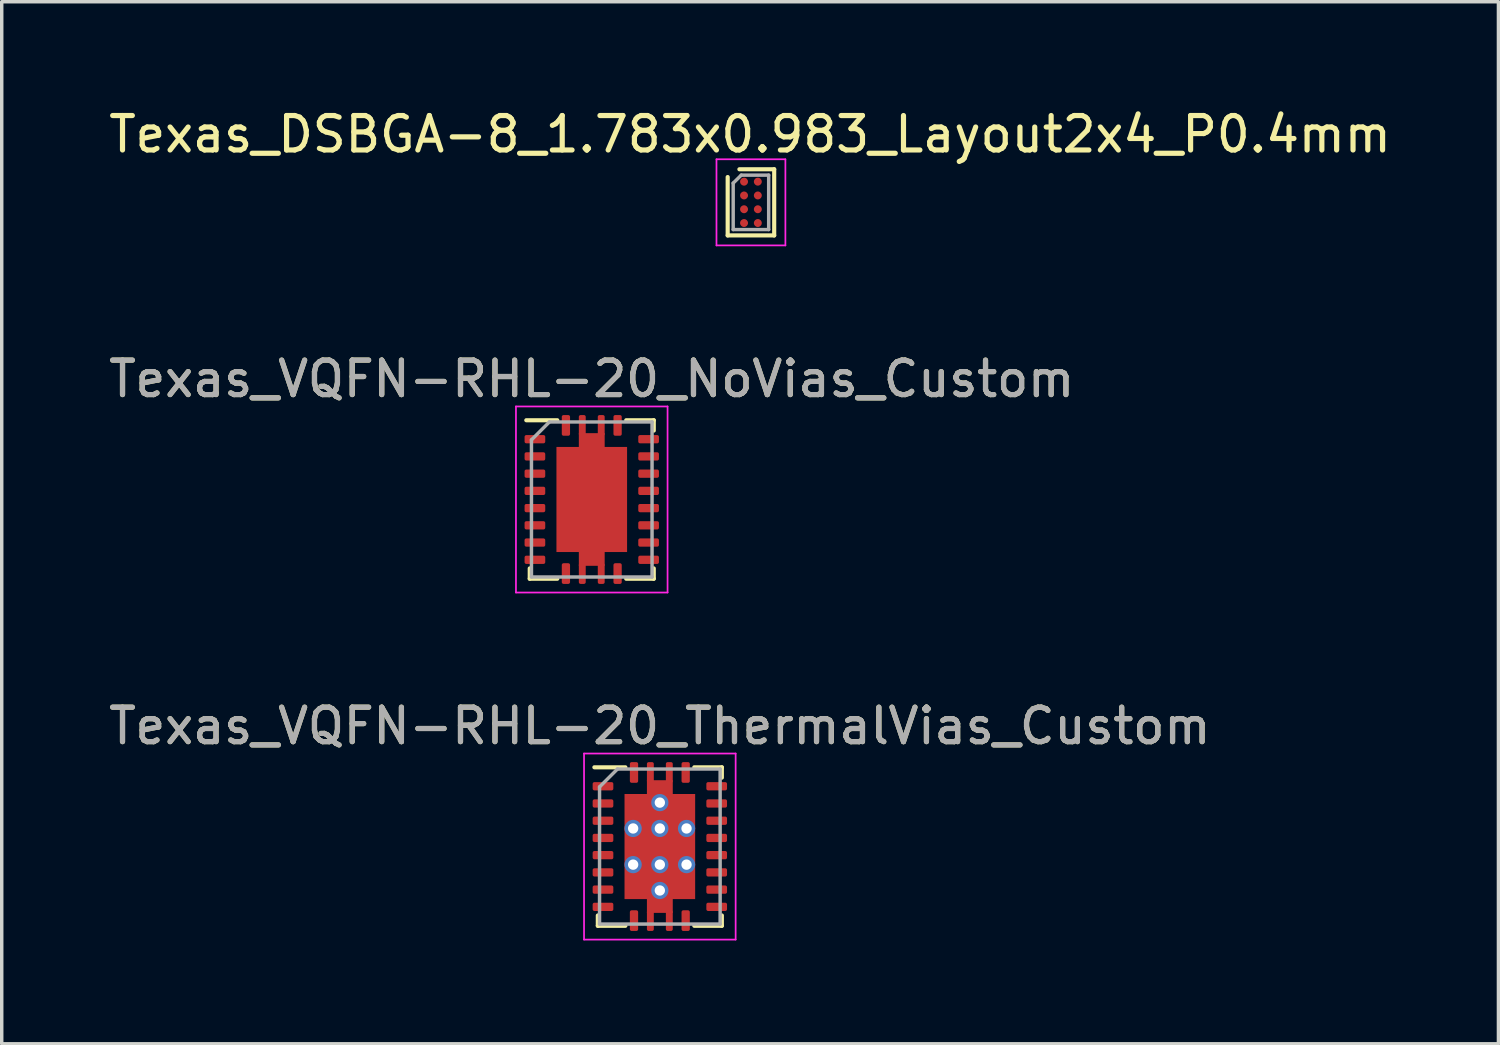
<source format=kicad_pcb>
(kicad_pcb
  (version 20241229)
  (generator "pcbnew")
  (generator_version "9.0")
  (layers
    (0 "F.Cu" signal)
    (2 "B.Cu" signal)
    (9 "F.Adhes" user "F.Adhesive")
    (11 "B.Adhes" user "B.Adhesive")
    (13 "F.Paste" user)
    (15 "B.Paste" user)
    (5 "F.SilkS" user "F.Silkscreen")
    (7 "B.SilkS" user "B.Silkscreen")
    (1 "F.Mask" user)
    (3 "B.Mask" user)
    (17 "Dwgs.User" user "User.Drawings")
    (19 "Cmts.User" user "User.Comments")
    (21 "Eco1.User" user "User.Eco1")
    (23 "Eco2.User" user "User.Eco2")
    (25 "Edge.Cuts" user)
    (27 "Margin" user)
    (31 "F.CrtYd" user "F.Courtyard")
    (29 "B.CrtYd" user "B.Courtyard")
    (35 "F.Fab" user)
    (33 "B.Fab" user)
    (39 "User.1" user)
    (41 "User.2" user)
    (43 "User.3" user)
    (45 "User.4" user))
  (footprint "Texas_DSBGA-8_1.783x0.983_Layout2x4_P0.4mm"
    (layer "F.Cu")
    (at 18.745 2.823)
    (property "Reference" "Texas_DSBGA-8_1.783x0.983_Layout2x4_P0.4mm" (at -0.025 -1.975 0) (layer "F.SilkS") (effects (font (size 1 1) (thickness 0.15))))
    (attr smd)
    (fp_line (start -0.675 0.96) (end -0.675 -0.735) (stroke (width 0.12) (type solid)) (layer "F.SilkS"))
    (fp_line (start -0.335 -0.96) (end 0.675 -0.96) (stroke (width 0.12) (type solid)) (layer "F.SilkS"))
    (fp_line (start 0.675 -0.96) (end 0.675 0.96) (stroke (width 0.12) (type solid)) (layer "F.SilkS"))
    (fp_line (start 0.675 0.96) (end -0.675 0.96) (stroke (width 0.12) (type solid)) (layer "F.SilkS"))
    (fp_line (start -1 -1.25) (end -1 1.25) (stroke (width 0.05) (type solid)) (layer "F.CrtYd"))
    (fp_line (start -1 1.25) (end 1 1.25) (stroke (width 0.05) (type solid)) (layer "F.CrtYd"))
    (fp_line (start 1 -1.25) (end -1 -1.25) (stroke (width 0.05) (type solid)) (layer "F.CrtYd"))
    (fp_line (start 1 1.25) (end 1 -1.25) (stroke (width 0.05) (type solid)) (layer "F.CrtYd"))
    (fp_line (start -0.515 -0.558) (end -0.28 -0.79) (stroke (width 0.1) (type solid)) (layer "F.Fab"))
    (fp_line (start -0.515 0.79) (end -0.515 -0.558) (stroke (width 0.1) (type solid)) (layer "F.Fab"))
    (fp_line (start -0.28 -0.79) (end 0.515 -0.79) (stroke (width 0.1) (type solid)) (layer "F.Fab"))
    (fp_line (start 0.515 -0.79) (end 0.515 0.79) (stroke (width 0.1) (type solid)) (layer "F.Fab"))
    (fp_line (start 0.515 0.79) (end -0.515 0.79) (stroke (width 0.1) (type solid)) (layer "F.Fab"))
    (pad "" smd roundrect (at -0.2 -0.6) (size 0.25 0.25) (layers "F.Paste") (roundrect_rratio 0.217))
    (pad "" smd roundrect (at -0.2 -0.2) (size 0.25 0.25) (layers "F.Paste") (roundrect_rratio 0.217))
    (pad "" smd roundrect (at -0.2 0.2) (size 0.25 0.25) (layers "F.Paste") (roundrect_rratio 0.217))
    (pad "" smd roundrect (at -0.2 0.6) (size 0.25 0.25) (layers "F.Paste") (roundrect_rratio 0.217))
    (pad "" smd roundrect (at 0.2 -0.6) (size 0.25 0.25) (layers "F.Paste") (roundrect_rratio 0.217))
    (pad "" smd roundrect (at 0.2 -0.2) (size 0.25 0.25) (layers "F.Paste") (roundrect_rratio 0.217))
    (pad "" smd roundrect (at 0.2 0.2) (size 0.25 0.25) (layers "F.Paste") (roundrect_rratio 0.217))
    (pad "" smd roundrect (at 0.2 0.6) (size 0.25 0.25) (layers "F.Paste") (roundrect_rratio 0.217))
    (pad "A1" smd circle (at -0.2 -0.6) (size 0.23 0.23) (layers "F.Cu" "F.Mask"))
    (pad "A2" smd circle (at 0.2 -0.6) (size 0.23 0.23) (layers "F.Cu" "F.Mask"))
    (pad "B1" smd circle (at -0.2 -0.2) (size 0.23 0.23) (layers "F.Cu" "F.Mask"))
    (pad "B2" smd circle (at 0.2 -0.2) (size 0.23 0.23) (layers "F.Cu" "F.Mask"))
    (pad "C1" smd circle (at -0.2 0.2) (size 0.23 0.23) (layers "F.Cu" "F.Mask"))
    (pad "C2" smd circle (at 0.2 0.2) (size 0.23 0.23) (layers "F.Cu" "F.Mask"))
    (pad "D1" smd circle (at -0.2 0.6) (size 0.23 0.23) (layers "F.Cu" "F.Mask"))
    (pad "D2" smd circle (at 0.2 0.6) (size 0.23 0.23) (layers "F.Cu" "F.Mask")))
  (footprint "Texas_VQFN-RHL-20_NoVias_Custom"
    (layer "F.Cu")
    (at 14.125 11.447)
    (property "Reference" "Texas_VQFN-RHL-20_NoVias_Custom" (at 0 -3.5 0) (layer "F.SilkS") (effects (font (size 1 1) (thickness 0.15))))
    (attr smd)
    (fp_line (start -1.9 -2.3) (end -1 -2.3) (stroke (width 0.12) (type solid)) (layer "F.SilkS"))
    (fp_line (start -1.8 2) (end -1.8 2.3) (stroke (width 0.12) (type solid)) (layer "F.SilkS"))
    (fp_line (start -1.8 2.3) (end -1 2.3) (stroke (width 0.12) (type solid)) (layer "F.SilkS"))
    (fp_line (start 1 -2.3) (end 1.8 -2.3) (stroke (width 0.12) (type solid)) (layer "F.SilkS"))
    (fp_line (start 1 2.3) (end 1.8 2.3) (stroke (width 0.12) (type solid)) (layer "F.SilkS"))
    (fp_line (start 1.8 -2.3) (end 1.8 -2) (stroke (width 0.12) (type solid)) (layer "F.SilkS"))
    (fp_line (start 1.8 2) (end 1.8 2.3) (stroke (width 0.12) (type solid)) (layer "F.SilkS"))
    (fp_line (start -2.2 -2.7) (end -2.2 2.7) (stroke (width 0.05) (type solid)) (layer "F.CrtYd"))
    (fp_line (start -2.2 -2.7) (end 2.2 -2.7) (stroke (width 0.05) (type solid)) (layer "F.CrtYd"))
    (fp_line (start -2.2 2.7) (end 2.2 2.7) (stroke (width 0.05) (type solid)) (layer "F.CrtYd"))
    (fp_line (start 2.2 -2.7) (end 2.2 2.7) (stroke (width 0.05) (type solid)) (layer "F.CrtYd"))
    (fp_line (start -1.75 -1.73) (end -1.75 2.25) (stroke (width 0.1) (type solid)) (layer "F.Fab"))
    (fp_line (start -1.75 -1.73) (end -1.23 -2.25) (stroke (width 0.1) (type solid)) (layer "F.Fab"))
    (fp_line (start -1.75 2.25) (end 1.75 2.25) (stroke (width 0.1) (type solid)) (layer "F.Fab"))
    (fp_line (start -1.23 -2.25) (end 1.75 -2.25) (stroke (width 0.1) (type solid)) (layer "F.Fab"))
    (fp_line (start 1.75 -2.25) (end 1.75 2.25) (stroke (width 0.1) (type solid)) (layer "F.Fab"))
    (fp_text user "${REFERENCE}" (at 0 -3.5 0) (layer "F.Fab") (effects (font (size 1 1) (thickness 0.15))))
    (pad "" smd rect (at -0.56 -1.05) (size 0.92 0.85) (layers "F.Paste"))
    (pad "" smd rect (at -0.56 0) (size 0.92 0.85) (layers "F.Paste"))
    (pad "" smd rect (at -0.56 1.05) (size 0.92 0.85) (layers "F.Paste"))
    (pad "" smd rect (at 0 -1.8) (size 0.75 0.25) (layers "F.Paste"))
    (pad "" smd rect (at 0 1.8) (size 0.75 0.25) (layers "F.Paste"))
    (pad "" smd rect (at 0.56 -1.05) (size 0.92 0.85) (layers "F.Paste"))
    (pad "" smd rect (at 0.56 0) (size 0.92 0.85) (layers "F.Paste"))
    (pad "" smd rect (at 0.56 1.05) (size 0.92 0.85) (layers "F.Paste"))
    (pad "1" smd roundrect (at -0.75 -2.15) (size 0.24 0.6) (layers "F.Cu" "F.Mask" "F.Paste") (roundrect_rratio 0.21))
    (pad "2" smd roundrect (at -1.65 -1.75) (size 0.6 0.24) (layers "F.Cu" "F.Mask" "F.Paste") (roundrect_rratio 0.21))
    (pad "3" smd roundrect (at -1.65 -1.25) (size 0.6 0.24) (layers "F.Cu" "F.Mask" "F.Paste") (roundrect_rratio 0.21))
    (pad "4" smd roundrect (at -1.65 -0.75) (size 0.6 0.24) (layers "F.Cu" "F.Mask" "F.Paste") (roundrect_rratio 0.21))
    (pad "5" smd roundrect (at -1.65 -0.25) (size 0.6 0.24) (layers "F.Cu" "F.Mask" "F.Paste") (roundrect_rratio 0.21))
    (pad "6" smd roundrect (at -1.65 0.25) (size 0.6 0.24) (layers "F.Cu" "F.Mask" "F.Paste") (roundrect_rratio 0.21))
    (pad "7" smd roundrect (at -1.65 0.75) (size 0.6 0.24) (layers "F.Cu" "F.Mask" "F.Paste") (roundrect_rratio 0.21))
    (pad "8" smd roundrect (at -1.65 1.25) (size 0.6 0.24) (layers "F.Cu" "F.Mask" "F.Paste") (roundrect_rratio 0.21))
    (pad "9" smd roundrect (at -1.65 1.75) (size 0.6 0.24) (layers "F.Cu" "F.Mask" "F.Paste") (roundrect_rratio 0.21))
    (pad "10" smd roundrect (at -0.75 2.15) (size 0.24 0.6) (layers "F.Cu" "F.Mask" "F.Paste") (roundrect_rratio 0.21))
    (pad "11" smd roundrect (at 0.75 2.15) (size 0.24 0.6) (layers "F.Cu" "F.Mask" "F.Paste") (roundrect_rratio 0.21))
    (pad "12" smd roundrect (at 1.65 1.75) (size 0.6 0.24) (layers "F.Cu" "F.Mask" "F.Paste") (roundrect_rratio 0.21))
    (pad "13" smd roundrect (at 1.65 1.25) (size 0.6 0.24) (layers "F.Cu" "F.Mask" "F.Paste") (roundrect_rratio 0.21))
    (pad "14" smd roundrect (at 1.65 0.75) (size 0.6 0.24) (layers "F.Cu" "F.Mask" "F.Paste") (roundrect_rratio 0.21))
    (pad "15" smd roundrect (at 1.65 0.25) (size 0.6 0.24) (layers "F.Cu" "F.Mask" "F.Paste") (roundrect_rratio 0.21))
    (pad "16" smd roundrect (at 1.65 -0.25) (size 0.6 0.24) (layers "F.Cu" "F.Mask" "F.Paste") (roundrect_rratio 0.21))
    (pad "17" smd roundrect (at 1.65 -0.75) (size 0.6 0.24) (layers "F.Cu" "F.Mask" "F.Paste") (roundrect_rratio 0.21))
    (pad "18" smd roundrect (at 1.65 -1.25) (size 0.6 0.24) (layers "F.Cu" "F.Mask" "F.Paste") (roundrect_rratio 0.21))
    (pad "19" smd roundrect (at 1.65 -1.75) (size 0.6 0.24) (layers "F.Cu" "F.Mask" "F.Paste") (roundrect_rratio 0.21))
    (pad "20" smd roundrect (at 0.75 -2.15) (size 0.24 0.6) (layers "F.Cu" "F.Mask" "F.Paste") (roundrect_rratio 0.21))
    (pad "21" smd roundrect (at -0.275 -2.15) (size 0.2 0.6) (layers "F.Cu" "F.Mask" "F.Paste") (roundrect_rratio 0.25))
    (pad "21" smd roundrect (at -0.275 2.15) (size 0.2 0.6) (layers "F.Cu" "F.Mask" "F.Paste") (roundrect_rratio 0.25))
    (pad "21" smd custom (at 0 0) (size 1.524 1.524) (layers "F.Cu" "F.Mask") (options (anchor rect)) (primitives (gr_poly (pts (xy 0.375 -1.525) (xy 1.025 -1.525) (xy 1.025 1.525) (xy 0.375 1.525) (xy 0.375 1.925) (xy -0.375 1.925) (xy -0.375 1.525) (xy -1.025 1.525) (xy -1.025 -1.525) (xy -0.375 -1.525) (xy -0.375 -1.925) (xy 0.375 -1.925)) (width 0) (fill yes))))
    (pad "21" smd roundrect (at 0.275 -2.15) (size 0.2 0.6) (layers "F.Cu" "F.Mask" "F.Paste") (roundrect_rratio 0.25))
    (pad "21" smd roundrect (at 0.275 2.15) (size 0.2 0.6) (layers "F.Cu" "F.Mask" "F.Paste") (roundrect_rratio 0.25)))
  (footprint "Texas_VQFN-RHL-20_ThermalVias_Custom"
    (layer "F.Cu")
    (at 16.101 21.52)
    (property "Reference" "Texas_VQFN-RHL-20_ThermalVias_Custom" (at 0 -3.5 0) (layer "F.SilkS") (effects (font (size 1 1) (thickness 0.15))))
    (attr smd)
    (fp_line (start -1.9 -2.3) (end -1 -2.3) (stroke (width 0.12) (type solid)) (layer "F.SilkS"))
    (fp_line (start -1.8 2) (end -1.8 2.3) (stroke (width 0.12) (type solid)) (layer "F.SilkS"))
    (fp_line (start -1.8 2.3) (end -1 2.3) (stroke (width 0.12) (type solid)) (layer "F.SilkS"))
    (fp_line (start 1 -2.3) (end 1.8 -2.3) (stroke (width 0.12) (type solid)) (layer "F.SilkS"))
    (fp_line (start 1 2.3) (end 1.8 2.3) (stroke (width 0.12) (type solid)) (layer "F.SilkS"))
    (fp_line (start 1.8 -2.3) (end 1.8 -2) (stroke (width 0.12) (type solid)) (layer "F.SilkS"))
    (fp_line (start 1.8 2) (end 1.8 2.3) (stroke (width 0.12) (type solid)) (layer "F.SilkS"))
    (fp_line (start -2.2 -2.7) (end -2.2 2.7) (stroke (width 0.05) (type solid)) (layer "F.CrtYd"))
    (fp_line (start -2.2 -2.7) (end 2.2 -2.7) (stroke (width 0.05) (type solid)) (layer "F.CrtYd"))
    (fp_line (start -2.2 2.7) (end 2.2 2.7) (stroke (width 0.05) (type solid)) (layer "F.CrtYd"))
    (fp_line (start 2.2 -2.7) (end 2.2 2.7) (stroke (width 0.05) (type solid)) (layer "F.CrtYd"))
    (fp_line (start -1.75 -1.73) (end -1.75 2.25) (stroke (width 0.1) (type solid)) (layer "F.Fab"))
    (fp_line (start -1.75 -1.73) (end -1.23 -2.25) (stroke (width 0.1) (type solid)) (layer "F.Fab"))
    (fp_line (start -1.75 2.25) (end 1.75 2.25) (stroke (width 0.1) (type solid)) (layer "F.Fab"))
    (fp_line (start -1.23 -2.25) (end 1.75 -2.25) (stroke (width 0.1) (type solid)) (layer "F.Fab"))
    (fp_line (start 1.75 -2.25) (end 1.75 2.25) (stroke (width 0.1) (type solid)) (layer "F.Fab"))
    (fp_text user "${REFERENCE}" (at 0 -3.5 0) (layer "F.Fab") (effects (font (size 1 1) (thickness 0.15))))
    (pad "" smd rect (at -0.56 -1.05) (size 0.92 0.85) (layers "F.Paste"))
    (pad "" smd rect (at -0.56 0) (size 0.92 0.85) (layers "F.Paste"))
    (pad "" smd rect (at -0.56 1.05) (size 0.92 0.85) (layers "F.Paste"))
    (pad "" smd rect (at 0 -1.8) (size 0.75 0.25) (layers "F.Paste"))
    (pad "" smd rect (at 0 1.8) (size 0.75 0.25) (layers "F.Paste"))
    (pad "" smd rect (at 0.56 -1.05) (size 0.92 0.85) (layers "F.Paste"))
    (pad "" smd rect (at 0.56 0) (size 0.92 0.85) (layers "F.Paste"))
    (pad "" smd rect (at 0.56 1.05) (size 0.92 0.85) (layers "F.Paste"))
    (pad "1" smd roundrect (at -0.75 -2.15) (size 0.24 0.6) (layers "F.Cu" "F.Mask" "F.Paste") (roundrect_rratio 0.21))
    (pad "2" smd roundrect (at -1.65 -1.75) (size 0.6 0.24) (layers "F.Cu" "F.Mask" "F.Paste") (roundrect_rratio 0.21))
    (pad "3" smd roundrect (at -1.65 -1.25) (size 0.6 0.24) (layers "F.Cu" "F.Mask" "F.Paste") (roundrect_rratio 0.21))
    (pad "4" smd roundrect (at -1.65 -0.75) (size 0.6 0.24) (layers "F.Cu" "F.Mask" "F.Paste") (roundrect_rratio 0.21))
    (pad "5" smd roundrect (at -1.65 -0.25) (size 0.6 0.24) (layers "F.Cu" "F.Mask" "F.Paste") (roundrect_rratio 0.21))
    (pad "6" smd roundrect (at -1.65 0.25) (size 0.6 0.24) (layers "F.Cu" "F.Mask" "F.Paste") (roundrect_rratio 0.21))
    (pad "7" smd roundrect (at -1.65 0.75) (size 0.6 0.24) (layers "F.Cu" "F.Mask" "F.Paste") (roundrect_rratio 0.21))
    (pad "8" smd roundrect (at -1.65 1.25) (size 0.6 0.24) (layers "F.Cu" "F.Mask" "F.Paste") (roundrect_rratio 0.21))
    (pad "9" smd roundrect (at -1.65 1.75) (size 0.6 0.24) (layers "F.Cu" "F.Mask" "F.Paste") (roundrect_rratio 0.21))
    (pad "10" smd roundrect (at -0.75 2.15) (size 0.24 0.6) (layers "F.Cu" "F.Mask" "F.Paste") (roundrect_rratio 0.21))
    (pad "11" smd roundrect (at 0.75 2.15) (size 0.24 0.6) (layers "F.Cu" "F.Mask" "F.Paste") (roundrect_rratio 0.21))
    (pad "12" smd roundrect (at 1.65 1.75) (size 0.6 0.24) (layers "F.Cu" "F.Mask" "F.Paste") (roundrect_rratio 0.21))
    (pad "13" smd roundrect (at 1.65 1.25) (size 0.6 0.24) (layers "F.Cu" "F.Mask" "F.Paste") (roundrect_rratio 0.21))
    (pad "14" smd roundrect (at 1.65 0.75) (size 0.6 0.24) (layers "F.Cu" "F.Mask" "F.Paste") (roundrect_rratio 0.21))
    (pad "15" smd roundrect (at 1.65 0.25) (size 0.6 0.24) (layers "F.Cu" "F.Mask" "F.Paste") (roundrect_rratio 0.21))
    (pad "16" smd roundrect (at 1.65 -0.25) (size 0.6 0.24) (layers "F.Cu" "F.Mask" "F.Paste") (roundrect_rratio 0.21))
    (pad "17" smd roundrect (at 1.65 -0.75) (size 0.6 0.24) (layers "F.Cu" "F.Mask" "F.Paste") (roundrect_rratio 0.21))
    (pad "18" smd roundrect (at 1.65 -1.25) (size 0.6 0.24) (layers "F.Cu" "F.Mask" "F.Paste") (roundrect_rratio 0.21))
    (pad "19" smd roundrect (at 1.65 -1.75) (size 0.6 0.24) (layers "F.Cu" "F.Mask" "F.Paste") (roundrect_rratio 0.21))
    (pad "20" smd roundrect (at 0.75 -2.15) (size 0.24 0.6) (layers "F.Cu" "F.Mask" "F.Paste") (roundrect_rratio 0.21))
    (pad "21" thru_hole circle (at -0.775 -0.525) (size 0.5 0.5) (drill 0.3) (layers "*.Cu"))
    (pad "21" thru_hole circle (at -0.775 0.525) (size 0.5 0.5) (drill 0.3) (layers "*.Cu"))
    (pad "21" smd roundrect (at -0.275 -2.15) (size 0.2 0.6) (layers "F.Cu" "F.Mask" "F.Paste") (roundrect_rratio 0.25))
    (pad "21" smd roundrect (at -0.275 2.15) (size 0.2 0.6) (layers "F.Cu" "F.Mask" "F.Paste") (roundrect_rratio 0.25))
    (pad "21" thru_hole circle (at 0 -1.275) (size 0.5 0.5) (drill 0.3) (layers "*.Cu"))
    (pad "21" thru_hole circle (at 0 -0.525) (size 0.5 0.5) (drill 0.3) (layers "*.Cu"))
    (pad "21" smd custom (at 0 0) (size 1.524 1.524) (layers "F.Cu" "F.Mask") (options (anchor rect)) (primitives (gr_poly (pts (xy 0.375 -1.525) (xy 1.025 -1.525) (xy 1.025 1.525) (xy 0.375 1.525) (xy 0.375 1.925) (xy -0.375 1.925) (xy -0.375 1.525) (xy -1.025 1.525) (xy -1.025 -1.525) (xy -0.375 -1.525) (xy -0.375 -1.925) (xy 0.375 -1.925)) (width 0) (fill yes))))
    (pad "21" thru_hole circle (at 0 0.525) (size 0.5 0.5) (drill 0.3) (layers "*.Cu"))
    (pad "21" thru_hole circle (at 0 1.275) (size 0.5 0.5) (drill 0.3) (layers "*.Cu"))
    (pad "21" smd roundrect (at 0.275 -2.15) (size 0.2 0.6) (layers "F.Cu" "F.Mask" "F.Paste") (roundrect_rratio 0.25))
    (pad "21" smd roundrect (at 0.275 2.15) (size 0.2 0.6) (layers "F.Cu" "F.Mask" "F.Paste") (roundrect_rratio 0.25))
    (pad "21" thru_hole circle (at 0.775 -0.525) (size 0.5 0.5) (drill 0.3) (layers "*.Cu"))
    (pad "21" thru_hole circle (at 0.775 0.525) (size 0.5 0.5) (drill 0.3) (layers "*.Cu")))
  (gr_rect
    (start -3 -3)
    (end 40.44 27.245)
    (stroke (width 0.1) (type default))
    (fill no)
    (layer "Edge.Cuts")))
</source>
